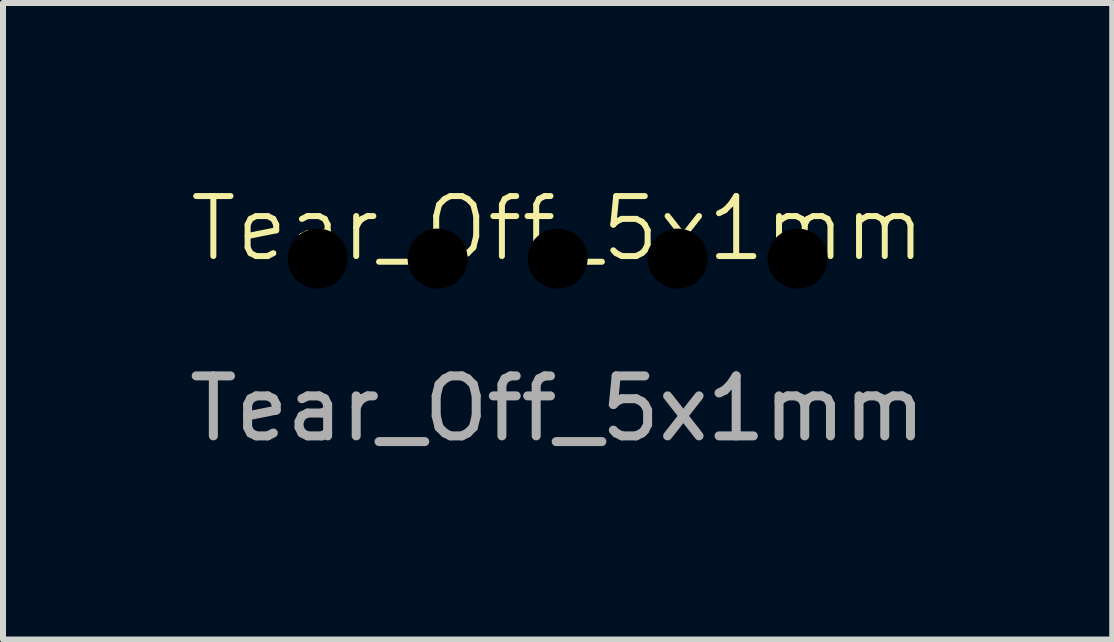
<source format=kicad_pcb>
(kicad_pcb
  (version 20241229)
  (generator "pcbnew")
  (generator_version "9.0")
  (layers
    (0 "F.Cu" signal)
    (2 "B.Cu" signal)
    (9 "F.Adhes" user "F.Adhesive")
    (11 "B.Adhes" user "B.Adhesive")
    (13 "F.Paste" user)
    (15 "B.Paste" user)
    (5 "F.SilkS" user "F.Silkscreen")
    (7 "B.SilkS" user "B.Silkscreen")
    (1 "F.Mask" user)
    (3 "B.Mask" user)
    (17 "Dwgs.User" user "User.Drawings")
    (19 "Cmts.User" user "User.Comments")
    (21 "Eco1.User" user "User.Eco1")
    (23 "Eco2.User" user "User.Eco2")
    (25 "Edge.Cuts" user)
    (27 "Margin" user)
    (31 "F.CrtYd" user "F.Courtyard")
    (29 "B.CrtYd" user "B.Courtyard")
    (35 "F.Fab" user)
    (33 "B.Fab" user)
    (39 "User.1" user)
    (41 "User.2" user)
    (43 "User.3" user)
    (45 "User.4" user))
  (footprint "Tear_Off_5x1mm"
    (layer "F.Cu")
    (at 6.244 1.26)
    (property "Reference" "Tear_Off_5x1mm" (at 0 -0.5 0) (unlocked yes) (layer "F.SilkS") (effects (font (size 1 1) (thickness 0.1))))
    (attr through_hole)
    (fp_text user "${REFERENCE}" (at 0 2.5 0) (unlocked yes) (layer "F.Fab") (effects (font (size 1 1) (thickness 0.15))))
    (pad "" np_thru_hole circle (at -4 0) (size 1.524 1.524) (drill 1) (layers "*.Mask"))
    (pad "" np_thru_hole circle (at -2 0) (size 1.524 1.524) (drill 1) (layers "*.Mask"))
    (pad "" np_thru_hole circle (at 0 0) (size 1.524 1.524) (drill 1) (layers "*.Mask"))
    (pad "" np_thru_hole circle (at 2 0) (size 1.524 1.524) (drill 1) (layers "*.Mask"))
    (pad "" np_thru_hole circle (at 4 0) (size 1.524 1.524) (drill 1) (layers "*.Mask")))
  (gr_rect
    (start -3 -3)
    (end 15.488 7.609)
    (stroke (width 0.1) (type default))
    (fill no)
    (layer "Edge.Cuts")))
</source>
